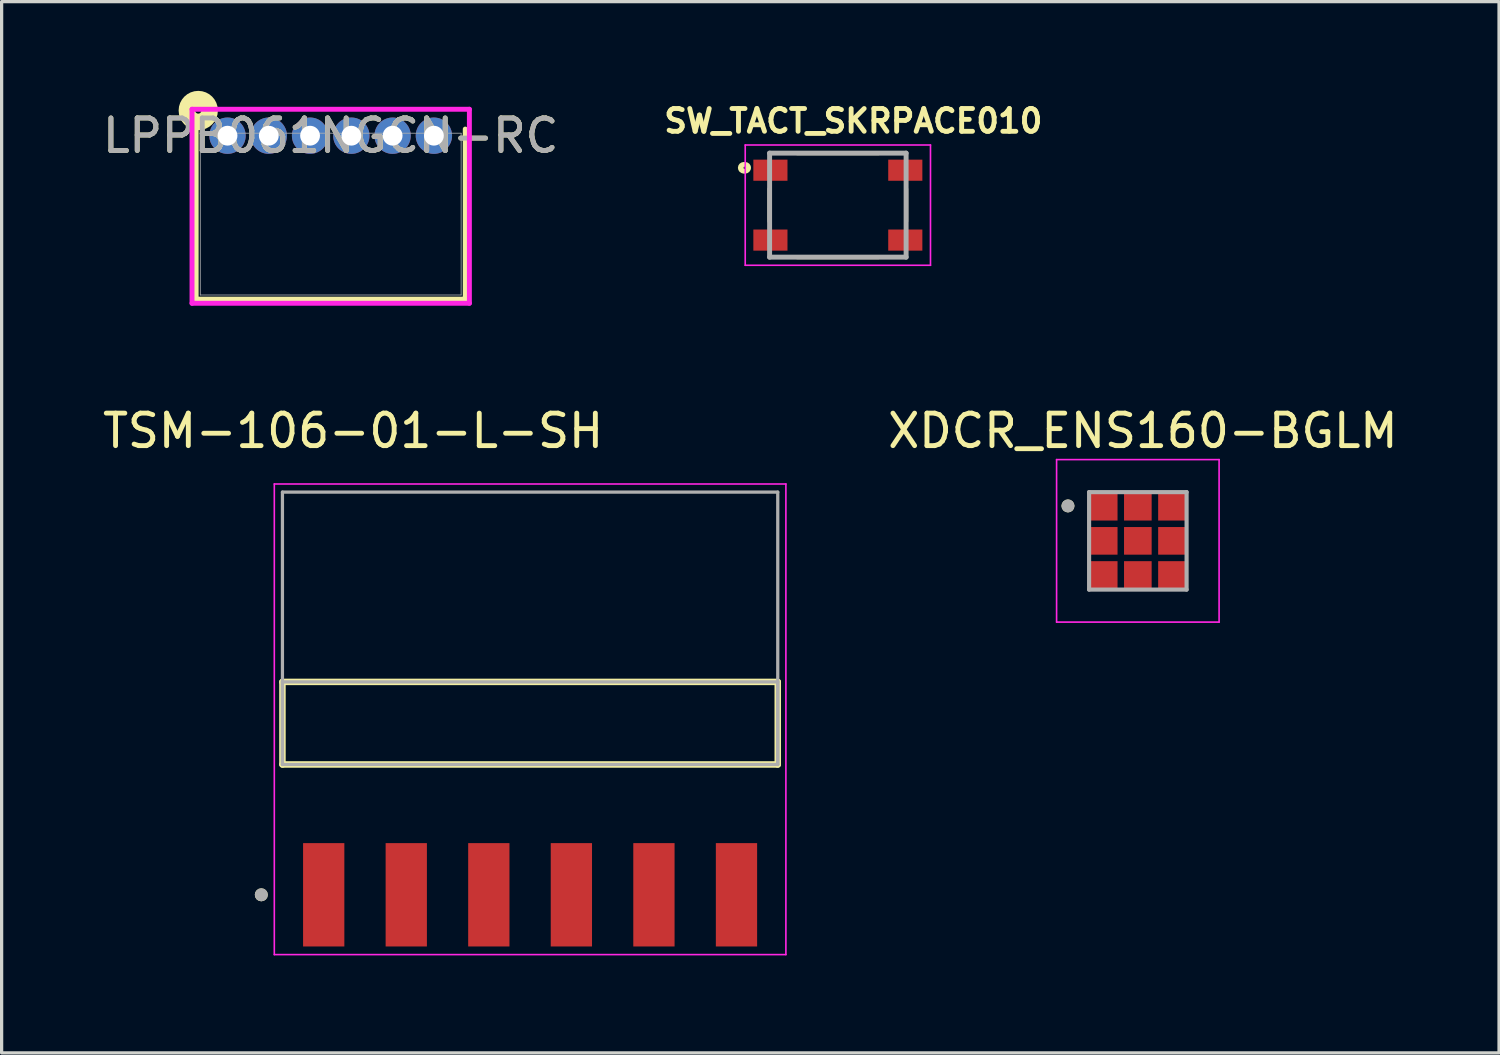
<source format=kicad_pcb>
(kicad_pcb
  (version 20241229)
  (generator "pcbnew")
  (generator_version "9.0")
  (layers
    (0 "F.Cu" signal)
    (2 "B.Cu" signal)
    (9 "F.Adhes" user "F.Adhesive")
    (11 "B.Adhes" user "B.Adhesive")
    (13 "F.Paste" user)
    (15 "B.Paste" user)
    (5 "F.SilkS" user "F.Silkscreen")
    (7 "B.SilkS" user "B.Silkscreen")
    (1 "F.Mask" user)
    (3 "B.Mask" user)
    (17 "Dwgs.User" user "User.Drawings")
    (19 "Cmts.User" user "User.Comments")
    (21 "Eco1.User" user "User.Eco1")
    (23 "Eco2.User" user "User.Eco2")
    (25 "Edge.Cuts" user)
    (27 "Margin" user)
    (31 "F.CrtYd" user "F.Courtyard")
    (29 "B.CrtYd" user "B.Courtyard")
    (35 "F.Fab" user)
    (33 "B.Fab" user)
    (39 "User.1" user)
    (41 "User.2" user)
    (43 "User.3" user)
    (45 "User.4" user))
  (footprint "SW_TACT_SKRPACE010"
    (layer "F.Cu")
    (at 22.729 3.262)
    (property "Reference" "SW_TACT_SKRPACE010" (at 0.476 -2.589 0) (layer "F.SilkS") (effects (font (size 0.7 0.7) (thickness 0.15))))
    (attr smd)
    (fp_line (start -2.1 -0.5) (end -2.1 0.5) (stroke (width 0.127) (type solid)) (layer "F.SilkS"))
    (fp_line (start -1.25 -1.6) (end 1.25 -1.6) (stroke (width 0.127) (type solid)) (layer "F.SilkS"))
    (fp_line (start -1.25 1.6) (end 1.25 1.6) (stroke (width 0.127) (type solid)) (layer "F.SilkS"))
    (fp_line (start 2.1 -0.5) (end 2.1 0.5) (stroke (width 0.127) (type solid)) (layer "F.SilkS"))
    (fp_circle (center -2.9 -1.15) (end -2.788 -1.15) (stroke (width 0.127) (type solid)) (fill no) (layer "F.SilkS"))
    (fp_circle (center -2.85 -1.15) (end -2.8 -1.15) (stroke (width 0.127) (type solid)) (fill no) (layer "F.SilkS"))
    (fp_line (start -2.85 -1.85) (end 2.85 -1.85) (stroke (width 0.05) (type solid)) (layer "F.CrtYd"))
    (fp_line (start -2.85 1.85) (end -2.85 -1.85) (stroke (width 0.05) (type solid)) (layer "F.CrtYd"))
    (fp_line (start 2.85 -1.85) (end 2.85 1.85) (stroke (width 0.05) (type solid)) (layer "F.CrtYd"))
    (fp_line (start 2.85 1.85) (end -2.85 1.85) (stroke (width 0.05) (type solid)) (layer "F.CrtYd"))
    (fp_line (start -2.1 -1.6) (end 2.1 -1.6) (stroke (width 0.152) (type solid)) (layer "F.Fab"))
    (fp_line (start -2.1 1.6) (end -2.1 -1.6) (stroke (width 0.152) (type solid)) (layer "F.Fab"))
    (fp_line (start 2.1 -1.6) (end 2.1 1.6) (stroke (width 0.152) (type solid)) (layer "F.Fab"))
    (fp_line (start 2.1 1.6) (end -2.1 1.6) (stroke (width 0.152) (type solid)) (layer "F.Fab"))
    (pad "1" smd rect (at -2.075 -1.075) (size 1.05 0.65) (layers "F.Cu" "F.Mask" "F.Paste"))
    (pad "2" smd rect (at 2.075 -1.075) (size 1.05 0.65) (layers "F.Cu" "F.Mask" "F.Paste"))
    (pad "3" smd rect (at -2.075 1.075) (size 1.05 0.65) (layers "F.Cu" "F.Mask" "F.Paste"))
    (pad "4" smd rect (at 2.075 1.075) (size 1.05 0.65) (layers "F.Cu" "F.Mask" "F.Paste")))
  (footprint "XDCR_ENS160-BGLM"
    (layer "F.Cu")
    (at 31.959 13.591)
    (property "Reference" "XDCR_ENS160-BGLM" (at 0.155 -3.385 0) (layer "F.SilkS") (effects (font (size 1 1) (thickness 0.15))))
    (attr smd)
    (fp_poly (pts (xy -1.525 -1.525) (xy -0.575 -1.525) (xy -0.575 -0.575) (xy -1.525 -0.575)) (stroke (width 0.01) (type solid)) (fill yes) (layer "F.Mask"))
    (fp_poly (pts (xy -1.525 -0.475) (xy -0.575 -0.475) (xy -0.575 0.475) (xy -1.525 0.475)) (stroke (width 0.01) (type solid)) (fill yes) (layer "F.Mask"))
    (fp_poly (pts (xy -1.525 0.575) (xy -0.575 0.575) (xy -0.575 1.525) (xy -1.525 1.525)) (stroke (width 0.01) (type solid)) (fill yes) (layer "F.Mask"))
    (fp_poly (pts (xy -0.475 -1.525) (xy 0.475 -1.525) (xy 0.475 -0.575) (xy -0.475 -0.575)) (stroke (width 0.01) (type solid)) (fill yes) (layer "F.Mask"))
    (fp_poly (pts (xy -0.475 -0.475) (xy 0.475 -0.475) (xy 0.475 0.475) (xy -0.475 0.475)) (stroke (width 0.01) (type solid)) (fill yes) (layer "F.Mask"))
    (fp_poly (pts (xy -0.475 0.575) (xy 0.475 0.575) (xy 0.475 1.525) (xy -0.475 1.525)) (stroke (width 0.01) (type solid)) (fill yes) (layer "F.Mask"))
    (fp_poly (pts (xy 0.575 -1.525) (xy 1.525 -1.525) (xy 1.525 -0.575) (xy 0.575 -0.575)) (stroke (width 0.01) (type solid)) (fill yes) (layer "F.Mask"))
    (fp_poly (pts (xy 0.575 -0.475) (xy 1.525 -0.475) (xy 1.525 0.475) (xy 0.575 0.475)) (stroke (width 0.01) (type solid)) (fill yes) (layer "F.Mask"))
    (fp_poly (pts (xy 0.575 0.575) (xy 1.525 0.575) (xy 1.525 1.525) (xy 0.575 1.525)) (stroke (width 0.01) (type solid)) (fill yes) (layer "F.Mask"))
    (fp_circle (center -2.15 -1.075) (end -2.05 -1.075) (stroke (width 0.2) (type solid)) (fill no) (layer "F.SilkS"))
    (fp_line (start -2.5 -2.5) (end -2.5 2.5) (stroke (width 0.05) (type solid)) (layer "F.CrtYd"))
    (fp_line (start -2.5 2.5) (end 2.5 2.5) (stroke (width 0.05) (type solid)) (layer "F.CrtYd"))
    (fp_line (start 2.5 -2.5) (end -2.5 -2.5) (stroke (width 0.05) (type solid)) (layer "F.CrtYd"))
    (fp_line (start 2.5 2.5) (end 2.5 -2.5) (stroke (width 0.05) (type solid)) (layer "F.CrtYd"))
    (fp_line (start -1.5 -1.5) (end 1.5 -1.5) (stroke (width 0.127) (type solid)) (layer "F.Fab"))
    (fp_line (start -1.5 1.5) (end -1.5 -1.5) (stroke (width 0.127) (type solid)) (layer "F.Fab"))
    (fp_line (start 1.5 -1.5) (end 1.5 1.5) (stroke (width 0.127) (type solid)) (layer "F.Fab"))
    (fp_line (start 1.5 1.5) (end -1.5 1.5) (stroke (width 0.127) (type solid)) (layer "F.Fab"))
    (fp_circle (center -2.15 -1.075) (end -2.05 -1.075) (stroke (width 0.2) (type solid)) (fill no) (layer "F.Fab"))
    (pad "1" smd rect (at -1.05 -1.05) (size 0.85 0.85) (layers "F.Cu" "F.Paste"))
    (pad "2" smd rect (at -1.05 0) (size 0.85 0.85) (layers "F.Cu" "F.Paste"))
    (pad "3" smd rect (at -1.05 1.05) (size 0.85 0.85) (layers "F.Cu" "F.Paste"))
    (pad "4" smd rect (at 0 1.05) (size 0.85 0.85) (layers "F.Cu" "F.Paste"))
    (pad "5" smd rect (at 1.05 1.05) (size 0.85 0.85) (layers "F.Cu" "F.Paste"))
    (pad "6" smd rect (at 1.05 0) (size 0.85 0.85) (layers "F.Cu" "F.Paste"))
    (pad "7" smd rect (at 1.05 -1.05) (size 0.85 0.85) (layers "F.Cu" "F.Paste"))
    (pad "8" smd rect (at 0 -1.05) (size 0.85 0.85) (layers "F.Cu" "F.Paste"))
    (pad "9" smd rect (at 0 0) (size 0.85 0.85) (layers "F.Cu" "F.Paste")))
  (footprint "LPPB061NGCN-RC"
    (layer "F.Cu")
    (at 3.95 1.125)
    (property "Reference" "LPPB061NGCN-RC" (at 3.175 0 0) (unlocked yes) (layer "F.SilkS") (effects (font (size 1 1) (thickness 0.15))))
    (attr through_hole)
    (fp_line (start -0.965 -0.203) (end -0.965 5.029) (stroke (width 0.152) (type solid)) (layer "F.SilkS"))
    (fp_line (start -0.965 5.029) (end 7.315 5.029) (stroke (width 0.152) (type solid)) (layer "F.SilkS"))
    (fp_line (start 7.315 5.029) (end 7.315 -0.203) (stroke (width 0.152) (type solid)) (layer "F.SilkS"))
    (fp_circle (center -0.9 -0.775) (end -0.807 -0.75) (stroke (width 0.508) (type solid)) (fill no) (layer "F.SilkS"))
    (fp_line (start -1.092 -0.813) (end -1.092 5.156) (stroke (width 0.152) (type solid)) (layer "F.CrtYd"))
    (fp_line (start -1.092 5.156) (end 7.442 5.156) (stroke (width 0.152) (type solid)) (layer "F.CrtYd"))
    (fp_line (start 7.442 -0.813) (end -1.092 -0.813) (stroke (width 0.152) (type solid)) (layer "F.CrtYd"))
    (fp_line (start 7.442 5.156) (end 7.442 -0.813) (stroke (width 0.152) (type solid)) (layer "F.CrtYd"))
    (fp_line (start -0.838 -0.076) (end -0.838 4.902) (stroke (width 0.025) (type solid)) (layer "F.Fab"))
    (fp_line (start -0.838 4.902) (end 7.188 4.902) (stroke (width 0.025) (type solid)) (layer "F.Fab"))
    (fp_line (start 7.188 -0.076) (end -0.838 -0.076) (stroke (width 0.025) (type solid)) (layer "F.Fab"))
    (fp_line (start 7.188 4.902) (end 7.188 -0.076) (stroke (width 0.025) (type solid)) (layer "F.Fab"))
    (fp_text user "${REFERENCE}" (at 3.175 0 0) (unlocked yes) (layer "F.Fab") (effects (font (size 1 1) (thickness 0.15))))
    (pad "1" thru_hole circle (at 0 0) (size 1.118 1.118) (drill 0.61) (layers "*.Cu" "*.Mask"))
    (pad "2" thru_hole circle (at 1.27 0) (size 1.118 1.118) (drill 0.61) (layers "*.Cu" "*.Mask"))
    (pad "3" thru_hole circle (at 2.54 0) (size 1.118 1.118) (drill 0.61) (layers "*.Cu" "*.Mask"))
    (pad "4" thru_hole circle (at 3.81 0) (size 1.118 1.118) (drill 0.61) (layers "*.Cu" "*.Mask"))
    (pad "5" thru_hole circle (at 5.08 0) (size 1.118 1.118) (drill 0.61) (layers "*.Cu" "*.Mask"))
    (pad "6" thru_hole circle (at 6.35 0) (size 1.118 1.118) (drill 0.61) (layers "*.Cu" "*.Mask")))
  (footprint "TSM-106-01-L-SH"
    (layer "F.Cu")
    (at 13.26 19.201)
    (property "Reference" "TSM-106-01-L-SH" (at -5.445 -8.995 0) (layer "F.SilkS") (effects (font (size 1 1) (thickness 0.15))))
    (attr smd)
    (fp_line (start -7.62 1.27) (end -7.62 -1.27) (stroke (width 0.2) (type solid)) (layer "F.SilkS"))
    (fp_line (start 7.62 -1.27) (end -7.62 -1.27) (stroke (width 0.2) (type solid)) (layer "F.SilkS"))
    (fp_line (start 7.62 -1.27) (end 7.62 1.27) (stroke (width 0.2) (type solid)) (layer "F.SilkS"))
    (fp_line (start 7.62 1.27) (end -7.62 1.27) (stroke (width 0.2) (type solid)) (layer "F.SilkS"))
    (fp_circle (center -8.27 5.28) (end -8.17 5.28) (stroke (width 0.2) (type solid)) (fill no) (layer "F.SilkS"))
    (fp_line (start -7.87 -7.36) (end 7.87 -7.36) (stroke (width 0.05) (type solid)) (layer "F.CrtYd"))
    (fp_line (start -7.87 7.12) (end -7.87 -7.36) (stroke (width 0.05) (type solid)) (layer "F.CrtYd"))
    (fp_line (start 7.87 -7.36) (end 7.87 7.12) (stroke (width 0.05) (type solid)) (layer "F.CrtYd"))
    (fp_line (start 7.87 7.12) (end -7.87 7.12) (stroke (width 0.05) (type solid)) (layer "F.CrtYd"))
    (fp_line (start -7.62 -7.11) (end 7.62 -7.11) (stroke (width 0.1) (type solid)) (layer "F.Fab"))
    (fp_line (start -7.62 -1.27) (end 7.62 -1.27) (stroke (width 0.1) (type solid)) (layer "F.Fab"))
    (fp_line (start -7.62 1.27) (end -7.62 -7.11) (stroke (width 0.1) (type solid)) (layer "F.Fab"))
    (fp_line (start -7.62 1.27) (end -7.62 -1.27) (stroke (width 0.1) (type solid)) (layer "F.Fab"))
    (fp_line (start 7.62 -7.11) (end 7.62 1.27) (stroke (width 0.1) (type solid)) (layer "F.Fab"))
    (fp_line (start 7.62 -1.27) (end 7.62 1.27) (stroke (width 0.1) (type solid)) (layer "F.Fab"))
    (fp_line (start 7.62 1.27) (end -7.62 1.27) (stroke (width 0.1) (type solid)) (layer "F.Fab"))
    (fp_circle (center -8.27 5.28) (end -8.17 5.28) (stroke (width 0.2) (type solid)) (fill no) (layer "F.Fab"))
    (pad "01" smd rect (at -6.35 5.28) (size 1.27 3.18) (layers "F.Cu" "F.Mask" "F.Paste"))
    (pad "02" smd rect (at -3.81 5.28) (size 1.27 3.18) (layers "F.Cu" "F.Mask" "F.Paste"))
    (pad "03" smd rect (at -1.27 5.28) (size 1.27 3.18) (layers "F.Cu" "F.Mask" "F.Paste"))
    (pad "04" smd rect (at 1.27 5.28) (size 1.27 3.18) (layers "F.Cu" "F.Mask" "F.Paste"))
    (pad "05" smd rect (at 3.81 5.28) (size 1.27 3.18) (layers "F.Cu" "F.Mask" "F.Paste"))
    (pad "06" smd rect (at 6.35 5.28) (size 1.27 3.18) (layers "F.Cu" "F.Mask" "F.Paste")))
  (gr_rect
    (start -3 -3)
    (end 43.072 29.346)
    (stroke (width 0.1) (type default))
    (fill no)
    (layer "Edge.Cuts")))
</source>
